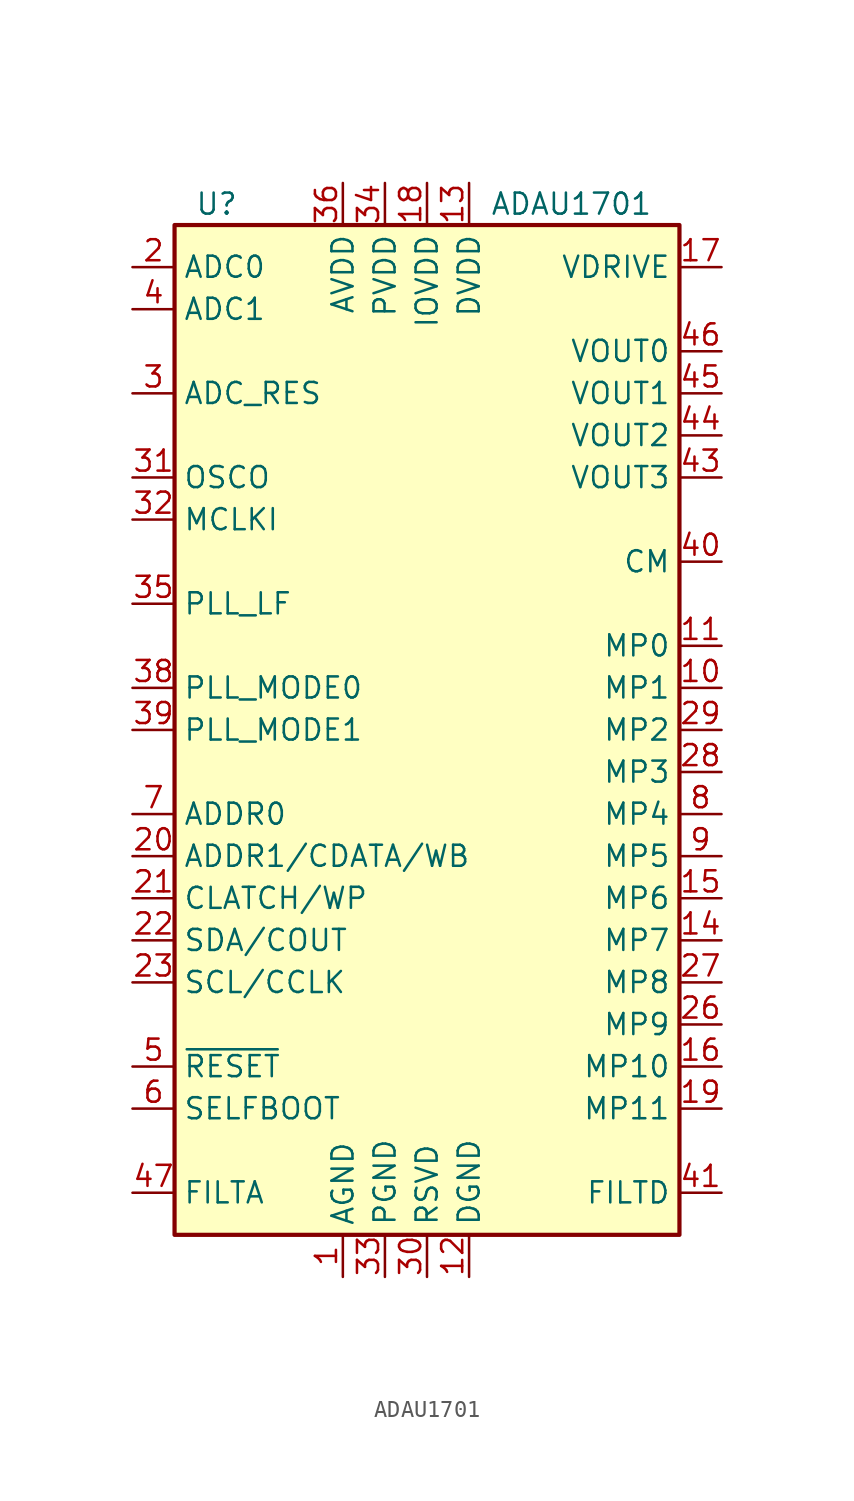
<source format=kicad_sym>
(kicad_symbol_lib
  (version 20211014)
  (generator kicad_symbol_editor)
  (symbol "ADAU1701"
    (property "Reference" "U"
      (at -12.7 31.75 0)
      (effects (font (size 1.27 1.27))))
    (property "Value" "ADAU1701"
      (at 3.81 31.75 0)
      (effects (font (size 1.27 1.27)) (justify left)))
    (symbol "ADAU1701_0_1"
      (rectangle (start -15.24 30.48) (end 15.24 -30.48) (stroke (width 0.254) (type default) (color 0 0 0 0)) (fill (type background))))
    (symbol "ADAU1701_1_1"
      (pin power_in line (at -5.08 -33.02 90) (length 2.54) (name "AGND" (effects (font (size 1.27 1.27)))) (number "1" (effects (font (size 1.27 1.27)))))
      (pin bidirectional line (at 17.78 2.54 180) (length 2.54) (name "MP1" (effects (font (size 1.27 1.27)))) (number "10" (effects (font (size 1.27 1.27)))))
      (pin bidirectional line (at 17.78 5.08 180) (length 2.54) (name "MP0" (effects (font (size 1.27 1.27)))) (number "11" (effects (font (size 1.27 1.27)))))
      (pin power_in line (at 2.54 -33.02 90) (length 2.54) (name "DGND" (effects (font (size 1.27 1.27)))) (number "12" (effects (font (size 1.27 1.27)))))
      (pin power_in line (at 2.54 33.02 270) (length 2.54) (name "DVDD" (effects (font (size 1.27 1.27)))) (number "13" (effects (font (size 1.27 1.27)))))
      (pin bidirectional line (at 17.78 -12.7 180) (length 2.54) (name "MP7" (effects (font (size 1.27 1.27)))) (number "14" (effects (font (size 1.27 1.27)))))
      (pin bidirectional line (at 17.78 -10.16 180) (length 2.54) (name "MP6" (effects (font (size 1.27 1.27)))) (number "15" (effects (font (size 1.27 1.27)))))
      (pin bidirectional line (at 17.78 -20.32 180) (length 2.54) (name "MP10" (effects (font (size 1.27 1.27)))) (number "16" (effects (font (size 1.27 1.27)))))
      (pin output line (at 17.78 27.94 180) (length 2.54) (name "VDRIVE" (effects (font (size 1.27 1.27)))) (number "17" (effects (font (size 1.27 1.27)))))
      (pin power_in line (at 0 33.02 270) (length 2.54) (name "IOVDD" (effects (font (size 1.27 1.27)))) (number "18" (effects (font (size 1.27 1.27)))))
      (pin bidirectional line (at 17.78 -22.86 180) (length 2.54) (name "MP11" (effects (font (size 1.27 1.27)))) (number "19" (effects (font (size 1.27 1.27)))))
      (pin input line (at -17.78 27.94 0) (length 2.54) (name "ADC0" (effects (font (size 1.27 1.27)))) (number "2" (effects (font (size 1.27 1.27)))))
      (pin input line (at -17.78 -7.62 0) (length 2.54) (name "ADDR1/CDATA/WB" (effects (font (size 1.27 1.27)))) (number "20" (effects (font (size 1.27 1.27)))))
      (pin bidirectional line (at -17.78 -10.16 0) (length 2.54) (name "CLATCH/WP" (effects (font (size 1.27 1.27)))) (number "21" (effects (font (size 1.27 1.27)))))
      (pin bidirectional line (at -17.78 -12.7 0) (length 2.54) (name "SDA/COUT" (effects (font (size 1.27 1.27)))) (number "22" (effects (font (size 1.27 1.27)))))
      (pin bidirectional line (at -17.78 -15.24 0) (length 2.54) (name "SCL/CCLK" (effects (font (size 1.27 1.27)))) (number "23" (effects (font (size 1.27 1.27)))))
      (pin passive line (at 2.54 33.02 270) (length 2.54) hide (name "DVDD" (effects (font (size 1.27 1.27)))) (number "24" (effects (font (size 1.27 1.27)))))
      (pin passive line (at 2.54 -33.02 90) (length 2.54) hide (name "DGND" (effects (font (size 1.27 1.27)))) (number "25" (effects (font (size 1.27 1.27)))))
      (pin bidirectional line (at 17.78 -17.78 180) (length 2.54) (name "MP9" (effects (font (size 1.27 1.27)))) (number "26" (effects (font (size 1.27 1.27)))))
      (pin bidirectional line (at 17.78 -15.24 180) (length 2.54) (name "MP8" (effects (font (size 1.27 1.27)))) (number "27" (effects (font (size 1.27 1.27)))))
      (pin bidirectional line (at 17.78 -2.54 180) (length 2.54) (name "MP3" (effects (font (size 1.27 1.27)))) (number "28" (effects (font (size 1.27 1.27)))))
      (pin bidirectional line (at 17.78 0 180) (length 2.54) (name "MP2" (effects (font (size 1.27 1.27)))) (number "29" (effects (font (size 1.27 1.27)))))
      (pin passive line (at -17.78 20.32 0) (length 2.54) (name "ADC_RES" (effects (font (size 1.27 1.27)))) (number "3" (effects (font (size 1.27 1.27)))))
      (pin passive line (at 0 -33.02 90) (length 2.54) (name "RSVD" (effects (font (size 1.27 1.27)))) (number "30" (effects (font (size 1.27 1.27)))))
      (pin passive line (at -17.78 15.24 0) (length 2.54) (name "OSCO" (effects (font (size 1.27 1.27)))) (number "31" (effects (font (size 1.27 1.27)))))
      (pin passive line (at -17.78 12.7 0) (length 2.54) (name "MCLKI" (effects (font (size 1.27 1.27)))) (number "32" (effects (font (size 1.27 1.27)))))
      (pin power_in line (at -2.54 -33.02 90) (length 2.54) (name "PGND" (effects (font (size 1.27 1.27)))) (number "33" (effects (font (size 1.27 1.27)))))
      (pin power_in line (at -2.54 33.02 270) (length 2.54) (name "PVDD" (effects (font (size 1.27 1.27)))) (number "34" (effects (font (size 1.27 1.27)))))
      (pin passive line (at -17.78 7.62 0) (length 2.54) (name "PLL_LF" (effects (font (size 1.27 1.27)))) (number "35" (effects (font (size 1.27 1.27)))))
      (pin power_in line (at -5.08 33.02 270) (length 2.54) (name "AVDD" (effects (font (size 1.27 1.27)))) (number "36" (effects (font (size 1.27 1.27)))))
      (pin passive line (at -5.08 -33.02 90) (length 2.54) hide (name "AGND" (effects (font (size 1.27 1.27)))) (number "37" (effects (font (size 1.27 1.27)))))
      (pin input line (at -17.78 2.54 0) (length 2.54) (name "PLL_MODE0" (effects (font (size 1.27 1.27)))) (number "38" (effects (font (size 1.27 1.27)))))
      (pin input line (at -17.78 0 0) (length 2.54) (name "PLL_MODE1" (effects (font (size 1.27 1.27)))) (number "39" (effects (font (size 1.27 1.27)))))
      (pin input line (at -17.78 25.4 0) (length 2.54) (name "ADC1" (effects (font (size 1.27 1.27)))) (number "4" (effects (font (size 1.27 1.27)))))
      (pin output line (at 17.78 10.16 180) (length 2.54) (name "CM" (effects (font (size 1.27 1.27)))) (number "40" (effects (font (size 1.27 1.27)))))
      (pin output line (at 17.78 -27.94 180) (length 2.54) (name "FILTD" (effects (font (size 1.27 1.27)))) (number "41" (effects (font (size 1.27 1.27)))))
      (pin passive line (at -5.08 -33.02 90) (length 2.54) hide (name "AGND" (effects (font (size 1.27 1.27)))) (number "42" (effects (font (size 1.27 1.27)))))
      (pin output line (at 17.78 15.24 180) (length 2.54) (name "VOUT3" (effects (font (size 1.27 1.27)))) (number "43" (effects (font (size 1.27 1.27)))))
      (pin output line (at 17.78 17.78 180) (length 2.54) (name "VOUT2" (effects (font (size 1.27 1.27)))) (number "44" (effects (font (size 1.27 1.27)))))
      (pin output line (at 17.78 20.32 180) (length 2.54) (name "VOUT1" (effects (font (size 1.27 1.27)))) (number "45" (effects (font (size 1.27 1.27)))))
      (pin output line (at 17.78 22.86 180) (length 2.54) (name "VOUT0" (effects (font (size 1.27 1.27)))) (number "46" (effects (font (size 1.27 1.27)))))
      (pin output line (at -17.78 -27.94 0) (length 2.54) (name "FILTA" (effects (font (size 1.27 1.27)))) (number "47" (effects (font (size 1.27 1.27)))))
      (pin passive line (at -5.08 33.02 270) (length 2.54) hide (name "AVDD" (effects (font (size 1.27 1.27)))) (number "48" (effects (font (size 1.27 1.27)))))
      (pin input line (at -17.78 -20.32 0) (length 2.54) (name "~{RESET}" (effects (font (size 1.27 1.27)))) (number "5" (effects (font (size 1.27 1.27)))))
      (pin input line (at -17.78 -22.86 0) (length 2.54) (name "SELFBOOT" (effects (font (size 1.27 1.27)))) (number "6" (effects (font (size 1.27 1.27)))))
      (pin input line (at -17.78 -5.08 0) (length 2.54) (name "ADDR0" (effects (font (size 1.27 1.27)))) (number "7" (effects (font (size 1.27 1.27)))))
      (pin bidirectional line (at 17.78 -5.08 180) (length 2.54) (name "MP4" (effects (font (size 1.27 1.27)))) (number "8" (effects (font (size 1.27 1.27)))))
      (pin bidirectional line (at 17.78 -7.62 180) (length 2.54) (name "MP5" (effects (font (size 1.27 1.27)))) (number "9" (effects (font (size 1.27 1.27))))))))
</source>
